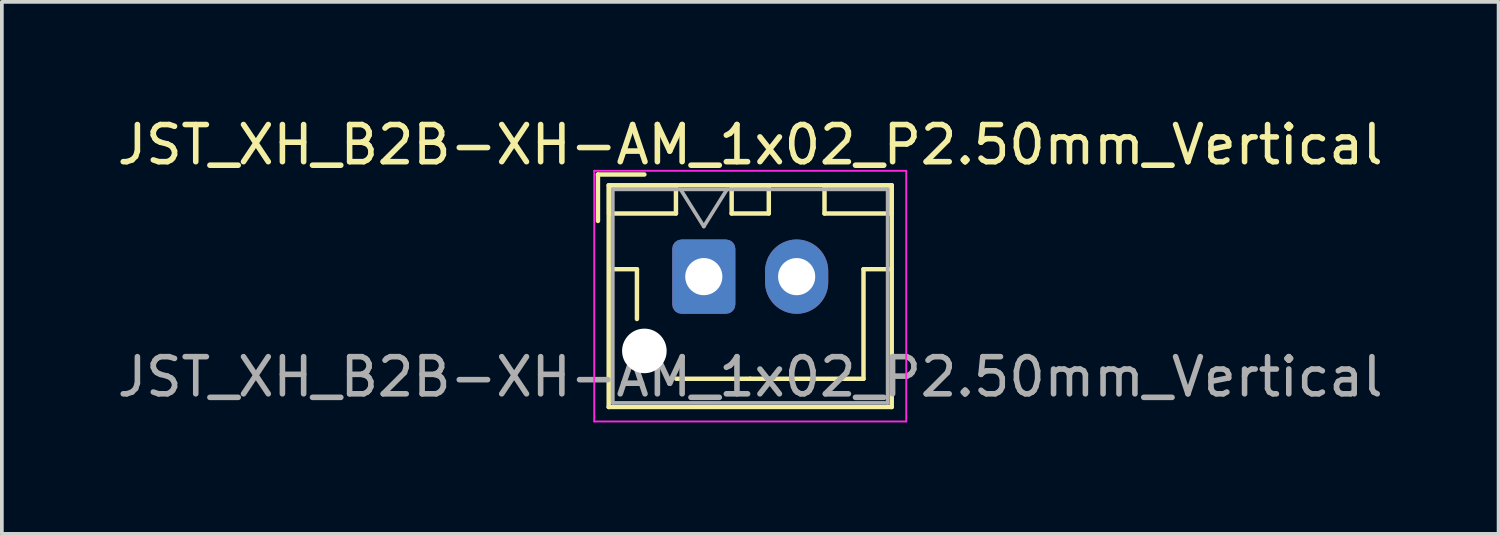
<source format=kicad_pcb>
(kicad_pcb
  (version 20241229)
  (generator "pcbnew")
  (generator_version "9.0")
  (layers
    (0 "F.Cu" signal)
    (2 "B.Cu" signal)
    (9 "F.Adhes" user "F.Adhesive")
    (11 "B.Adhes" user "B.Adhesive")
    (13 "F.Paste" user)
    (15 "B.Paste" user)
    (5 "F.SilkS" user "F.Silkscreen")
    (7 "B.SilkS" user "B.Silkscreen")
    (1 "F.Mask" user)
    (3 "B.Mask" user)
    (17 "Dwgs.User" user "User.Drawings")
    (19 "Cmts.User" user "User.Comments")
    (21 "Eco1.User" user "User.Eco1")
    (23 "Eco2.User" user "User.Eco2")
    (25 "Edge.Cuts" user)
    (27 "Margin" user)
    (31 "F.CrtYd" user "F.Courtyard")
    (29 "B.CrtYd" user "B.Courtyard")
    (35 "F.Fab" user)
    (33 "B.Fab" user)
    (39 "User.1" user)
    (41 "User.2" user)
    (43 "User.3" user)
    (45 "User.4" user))
  (footprint "JST_XH_B2B-XH-AM_1x02_P2.50mm_Vertical"
    (layer "F.Cu")
    (at 15.899 4.398)
    (property "Reference" "JST_XH_B2B-XH-AM_1x02_P2.50mm_Vertical" (at 1.25 -3.55 0) (layer "F.SilkS") (effects (font (size 1 1) (thickness 0.15))))
    (attr through_hole)
    (fp_line (start -2.85 -2.75) (end -2.85 -1.5) (stroke (width 0.12) (type solid)) (layer "F.SilkS"))
    (fp_line (start -2.56 -2.46) (end -2.56 3.51) (stroke (width 0.12) (type solid)) (layer "F.SilkS"))
    (fp_line (start -2.56 3.51) (end 5.06 3.51) (stroke (width 0.12) (type solid)) (layer "F.SilkS"))
    (fp_line (start -2.55 -2.45) (end -2.55 -1.7) (stroke (width 0.12) (type solid)) (layer "F.SilkS"))
    (fp_line (start -2.55 -1.7) (end -0.75 -1.7) (stroke (width 0.12) (type solid)) (layer "F.SilkS"))
    (fp_line (start -2.55 -0.2) (end -1.8 -0.2) (stroke (width 0.12) (type solid)) (layer "F.SilkS"))
    (fp_line (start -1.8 -0.2) (end -1.8 1.14) (stroke (width 0.12) (type solid)) (layer "F.SilkS"))
    (fp_line (start -1.6 -2.75) (end -2.85 -2.75) (stroke (width 0.12) (type solid)) (layer "F.SilkS"))
    (fp_line (start -0.75 -2.45) (end -2.55 -2.45) (stroke (width 0.12) (type solid)) (layer "F.SilkS"))
    (fp_line (start -0.75 -1.7) (end -0.75 -2.45) (stroke (width 0.12) (type solid)) (layer "F.SilkS"))
    (fp_line (start 0.75 -2.45) (end 0.75 -1.7) (stroke (width 0.12) (type solid)) (layer "F.SilkS"))
    (fp_line (start 0.75 -1.7) (end 1.75 -1.7) (stroke (width 0.12) (type solid)) (layer "F.SilkS"))
    (fp_line (start 1.25 2.75) (end -0.74 2.75) (stroke (width 0.12) (type solid)) (layer "F.SilkS"))
    (fp_line (start 1.75 -2.45) (end 0.75 -2.45) (stroke (width 0.12) (type solid)) (layer "F.SilkS"))
    (fp_line (start 1.75 -1.7) (end 1.75 -2.45) (stroke (width 0.12) (type solid)) (layer "F.SilkS"))
    (fp_line (start 3.25 -2.45) (end 3.25 -1.7) (stroke (width 0.12) (type solid)) (layer "F.SilkS"))
    (fp_line (start 3.25 -1.7) (end 5.05 -1.7) (stroke (width 0.12) (type solid)) (layer "F.SilkS"))
    (fp_line (start 4.3 -0.2) (end 4.3 2.75) (stroke (width 0.12) (type solid)) (layer "F.SilkS"))
    (fp_line (start 4.3 2.75) (end 1.25 2.75) (stroke (width 0.12) (type solid)) (layer "F.SilkS"))
    (fp_line (start 5.05 -2.45) (end 3.25 -2.45) (stroke (width 0.12) (type solid)) (layer "F.SilkS"))
    (fp_line (start 5.05 -1.7) (end 5.05 -2.45) (stroke (width 0.12) (type solid)) (layer "F.SilkS"))
    (fp_line (start 5.05 -0.2) (end 4.3 -0.2) (stroke (width 0.12) (type solid)) (layer "F.SilkS"))
    (fp_line (start 5.06 -2.46) (end -2.56 -2.46) (stroke (width 0.12) (type solid)) (layer "F.SilkS"))
    (fp_line (start 5.06 3.51) (end 5.06 -2.46) (stroke (width 0.12) (type solid)) (layer "F.SilkS"))
    (fp_line (start -2.95 -2.85) (end -2.95 3.9) (stroke (width 0.05) (type solid)) (layer "F.CrtYd"))
    (fp_line (start -2.95 3.9) (end 5.45 3.9) (stroke (width 0.05) (type solid)) (layer "F.CrtYd"))
    (fp_line (start 5.45 -2.85) (end -2.95 -2.85) (stroke (width 0.05) (type solid)) (layer "F.CrtYd"))
    (fp_line (start 5.45 3.9) (end 5.45 -2.85) (stroke (width 0.05) (type solid)) (layer "F.CrtYd"))
    (fp_line (start -2.45 -2.35) (end -2.45 3.4) (stroke (width 0.1) (type solid)) (layer "F.Fab"))
    (fp_line (start -2.45 3.4) (end 4.95 3.4) (stroke (width 0.1) (type solid)) (layer "F.Fab"))
    (fp_line (start -0.625 -2.35) (end 0 -1.35) (stroke (width 0.1) (type solid)) (layer "F.Fab"))
    (fp_line (start 0 -1.35) (end 0.625 -2.35) (stroke (width 0.1) (type solid)) (layer "F.Fab"))
    (fp_line (start 4.95 -2.35) (end -2.45 -2.35) (stroke (width 0.1) (type solid)) (layer "F.Fab"))
    (fp_line (start 4.95 3.4) (end 4.95 -2.35) (stroke (width 0.1) (type solid)) (layer "F.Fab"))
    (fp_text user "${REFERENCE}" (at 1.25 2.7 0) (layer "F.Fab") (effects (font (size 1 1) (thickness 0.15))))
    (pad "" np_thru_hole circle (at -1.6 2) (size 1.2 1.2) (drill 1.2) (layers "*.Cu" "*.Mask"))
    (pad "1" thru_hole roundrect (at 0 0) (size 1.7 2) (drill 1) (layers "*.Cu" "*.Mask") (roundrect_rratio 0.147))
    (pad "2" thru_hole oval (at 2.5 0) (size 1.7 2) (drill 1) (layers "*.Cu" "*.Mask")))
  (gr_rect
    (start -3 -3)
    (end 37.298 11.323)
    (stroke (width 0.1) (type default))
    (fill no)
    (layer "Edge.Cuts")))
</source>
